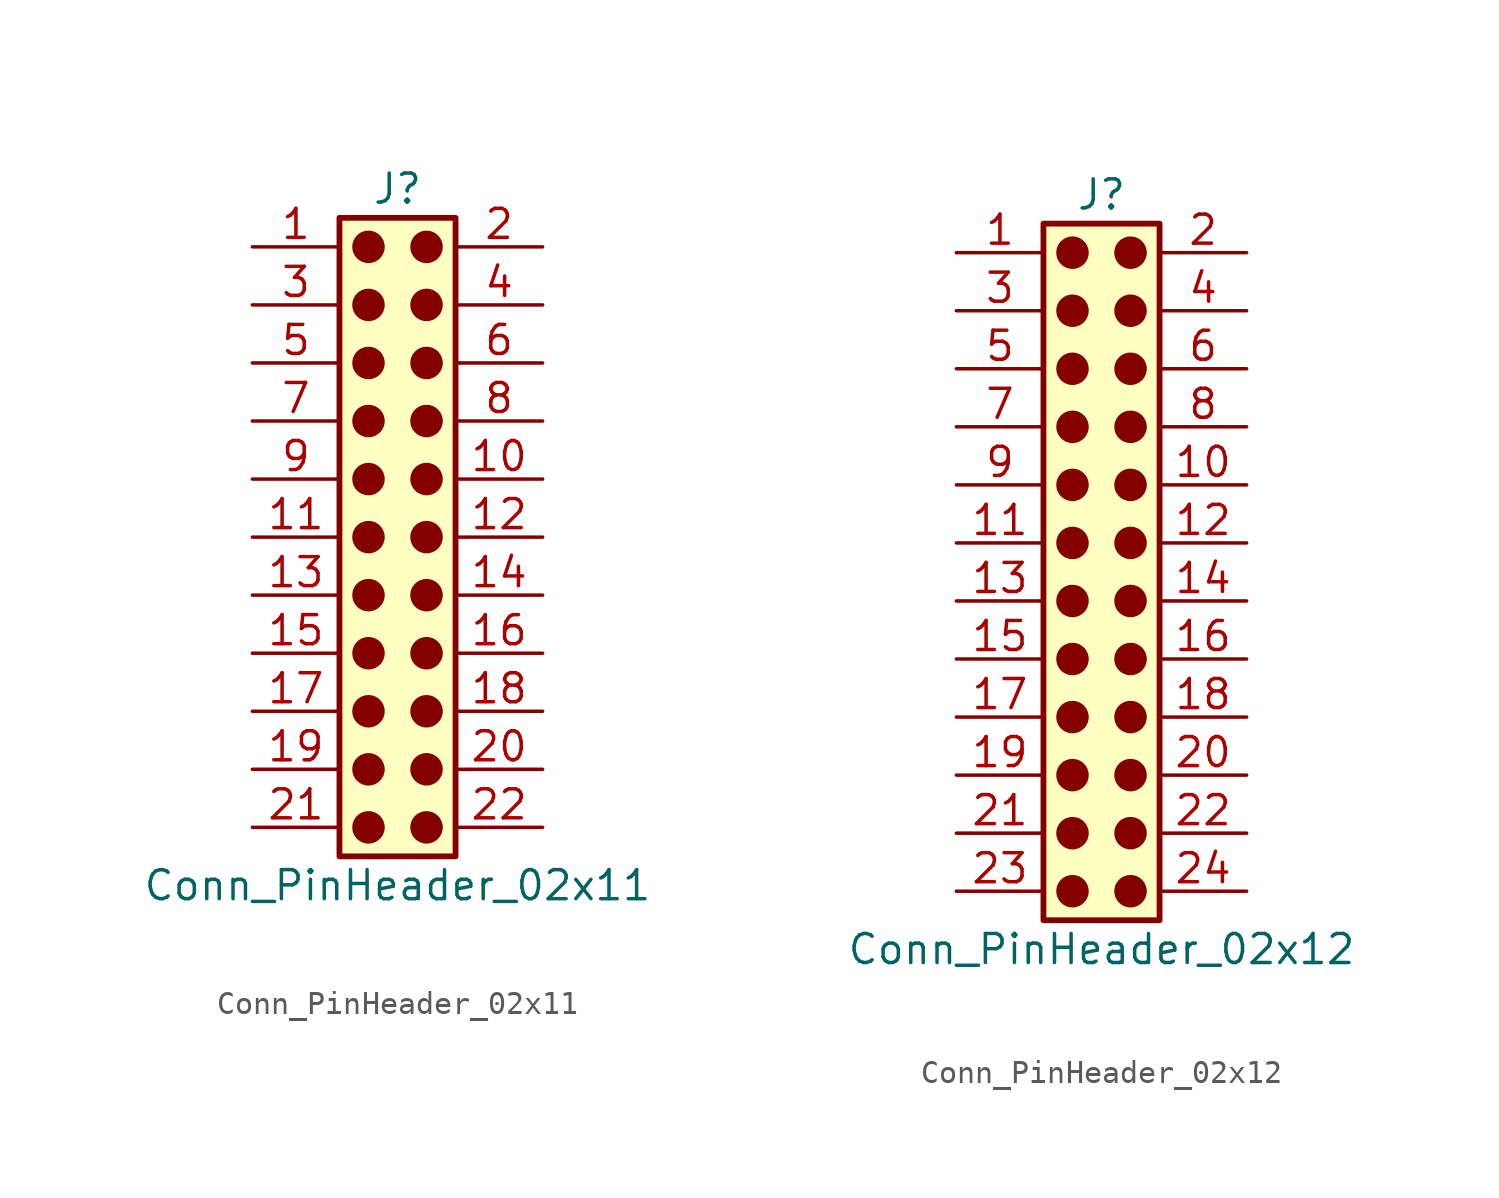
<source format=kicad_sym>
(kicad_symbol_lib
  (version 20241209)
  (generator "kicad_symbol_editor")
  (generator_version "9.0")
  (symbol "Conn_PinHeader_02x11"
    (pin_names
      (offset 1.016)
      (hide yes))
    (property "Reference" "J"
      (at 1.27 15.24 0)
      (effects (font (size 1.27 1.27))))
    (property "Value" "Conn_PinHeader_02x11"
      (at 1.27 -15.24 0)
      (effects (font (size 1.27 1.27))))
    (symbol "Conn_PinHeader_02x11_1_1"
      (rectangle (start -1.27 13.97) (end 3.81 -13.97) (stroke (width 0.254) (type default)) (fill (type background)))
      (circle (center 0 12.7) (radius 0.635) (stroke (width 0) (type solid) (color 132 0 0 1)) (fill (type outline)))
      (circle (center 0 10.16) (radius 0.635) (stroke (width 0) (type solid) (color 132 0 0 1)) (fill (type outline)))
      (circle (center 0 7.62) (radius 0.635) (stroke (width 0) (type solid) (color 132 0 0 1)) (fill (type outline)))
      (circle (center 0 5.08) (radius 0.635) (stroke (width 0) (type solid) (color 132 0 0 1)) (fill (type outline)))
      (circle (center 0 2.54) (radius 0.635) (stroke (width 0) (type solid) (color 132 0 0 1)) (fill (type outline)))
      (circle (center 0 0) (radius 0.635) (stroke (width 0) (type solid) (color 132 0 0 1)) (fill (type outline)))
      (circle (center 0 -2.54) (radius 0.635) (stroke (width 0) (type solid) (color 132 0 0 1)) (fill (type outline)))
      (circle (center 0 -5.08) (radius 0.635) (stroke (width 0) (type solid) (color 132 0 0 1)) (fill (type outline)))
      (circle (center 0 -7.62) (radius 0.635) (stroke (width 0) (type solid) (color 132 0 0 1)) (fill (type outline)))
      (circle (center 0 -10.16) (radius 0.635) (stroke (width 0) (type solid) (color 132 0 0 1)) (fill (type outline)))
      (circle (center 0 -12.7) (radius 0.635) (stroke (width 0) (type solid) (color 132 0 0 1)) (fill (type outline)))
      (circle (center 2.54 12.7) (radius 0.635) (stroke (width 0) (type solid) (color 132 0 0 1)) (fill (type outline)))
      (circle (center 2.54 10.16) (radius 0.635) (stroke (width 0) (type solid) (color 132 0 0 1)) (fill (type outline)))
      (circle (center 2.54 7.62) (radius 0.635) (stroke (width 0) (type solid) (color 132 0 0 1)) (fill (type outline)))
      (circle (center 2.54 5.08) (radius 0.635) (stroke (width 0) (type solid) (color 132 0 0 1)) (fill (type outline)))
      (circle (center 2.54 2.54) (radius 0.635) (stroke (width 0) (type solid) (color 132 0 0 1)) (fill (type outline)))
      (circle (center 2.54 0) (radius 0.635) (stroke (width 0) (type solid) (color 132 0 0 1)) (fill (type outline)))
      (circle (center 2.54 -2.54) (radius 0.635) (stroke (width 0) (type solid) (color 132 0 0 1)) (fill (type outline)))
      (circle (center 2.54 -5.08) (radius 0.635) (stroke (width 0) (type solid) (color 132 0 0 1)) (fill (type outline)))
      (circle (center 2.54 -7.62) (radius 0.635) (stroke (width 0) (type solid) (color 132 0 0 1)) (fill (type outline)))
      (circle (center 2.54 -10.16) (radius 0.635) (stroke (width 0) (type solid) (color 132 0 0 1)) (fill (type outline)))
      (circle (center 2.54 -12.7) (radius 0.635) (stroke (width 0) (type solid) (color 132 0 0 1)) (fill (type outline)))
      (pin passive line (at -5.08 12.7 0) (length 3.81) (name "Pin_1" (effects (font (size 1.27 1.27)))) (number "1" (effects (font (size 1.27 1.27)))))
      (pin passive line (at -5.08 10.16 0) (length 3.81) (name "Pin_3" (effects (font (size 1.27 1.27)))) (number "3" (effects (font (size 1.27 1.27)))))
      (pin passive line (at -5.08 7.62 0) (length 3.81) (name "Pin_5" (effects (font (size 1.27 1.27)))) (number "5" (effects (font (size 1.27 1.27)))))
      (pin passive line (at -5.08 5.08 0) (length 3.81) (name "Pin_7" (effects (font (size 1.27 1.27)))) (number "7" (effects (font (size 1.27 1.27)))))
      (pin passive line (at -5.08 2.54 0) (length 3.81) (name "Pin_9" (effects (font (size 1.27 1.27)))) (number "9" (effects (font (size 1.27 1.27)))))
      (pin passive line (at -5.08 0 0) (length 3.81) (name "Pin_11" (effects (font (size 1.27 1.27)))) (number "11" (effects (font (size 1.27 1.27)))))
      (pin passive line (at -5.08 -2.54 0) (length 3.81) (name "Pin_13" (effects (font (size 1.27 1.27)))) (number "13" (effects (font (size 1.27 1.27)))))
      (pin passive line (at -5.08 -5.08 0) (length 3.81) (name "Pin_15" (effects (font (size 1.27 1.27)))) (number "15" (effects (font (size 1.27 1.27)))))
      (pin passive line (at -5.08 -7.62 0) (length 3.81) (name "Pin_17" (effects (font (size 1.27 1.27)))) (number "17" (effects (font (size 1.27 1.27)))))
      (pin passive line (at -5.08 -10.16 0) (length 3.81) (name "Pin_19" (effects (font (size 1.27 1.27)))) (number "19" (effects (font (size 1.27 1.27)))))
      (pin passive line (at -5.08 -12.7 0) (length 3.81) (name "Pin_21" (effects (font (size 1.27 1.27)))) (number "21" (effects (font (size 1.27 1.27)))))
      (pin passive line (at 7.62 12.7 180) (length 3.81) (name "Pin_2" (effects (font (size 1.27 1.27)))) (number "2" (effects (font (size 1.27 1.27)))))
      (pin passive line (at 7.62 10.16 180) (length 3.81) (name "Pin_4" (effects (font (size 1.27 1.27)))) (number "4" (effects (font (size 1.27 1.27)))))
      (pin passive line (at 7.62 7.62 180) (length 3.81) (name "Pin_6" (effects (font (size 1.27 1.27)))) (number "6" (effects (font (size 1.27 1.27)))))
      (pin passive line (at 7.62 5.08 180) (length 3.81) (name "Pin_8" (effects (font (size 1.27 1.27)))) (number "8" (effects (font (size 1.27 1.27)))))
      (pin passive line (at 7.62 2.54 180) (length 3.81) (name "Pin_10" (effects (font (size 1.27 1.27)))) (number "10" (effects (font (size 1.27 1.27)))))
      (pin passive line (at 7.62 0 180) (length 3.81) (name "Pin_12" (effects (font (size 1.27 1.27)))) (number "12" (effects (font (size 1.27 1.27)))))
      (pin passive line (at 7.62 -2.54 180) (length 3.81) (name "Pin_14" (effects (font (size 1.27 1.27)))) (number "14" (effects (font (size 1.27 1.27)))))
      (pin passive line (at 7.62 -5.08 180) (length 3.81) (name "Pin_16" (effects (font (size 1.27 1.27)))) (number "16" (effects (font (size 1.27 1.27)))))
      (pin passive line (at 7.62 -7.62 180) (length 3.81) (name "Pin_18" (effects (font (size 1.27 1.27)))) (number "18" (effects (font (size 1.27 1.27)))))
      (pin passive line (at 7.62 -10.16 180) (length 3.81) (name "Pin_20" (effects (font (size 1.27 1.27)))) (number "20" (effects (font (size 1.27 1.27)))))
      (pin passive line (at 7.62 -12.7 180) (length 3.81) (name "Pin_22" (effects (font (size 1.27 1.27)))) (number "22" (effects (font (size 1.27 1.27)))))))
  (symbol "Conn_PinHeader_02x12"
    (pin_names
      (offset 1.016)
      (hide yes))
    (property "Reference" "J"
      (at 1.27 15.24 0)
      (effects (font (size 1.27 1.27))))
    (property "Value" "Conn_PinHeader_02x12"
      (at 1.27 -17.78 0)
      (effects (font (size 1.27 1.27))))
    (symbol "Conn_PinHeader_02x12_1_1"
      (rectangle (start -1.27 13.97) (end 3.81 -16.51) (stroke (width 0.254) (type default)) (fill (type background)))
      (circle (center 0 12.7) (radius 0.635) (stroke (width 0) (type solid) (color 132 0 0 1)) (fill (type outline)))
      (circle (center 0 10.16) (radius 0.635) (stroke (width 0) (type solid) (color 132 0 0 1)) (fill (type outline)))
      (circle (center 0 7.62) (radius 0.635) (stroke (width 0) (type solid) (color 132 0 0 1)) (fill (type outline)))
      (circle (center 0 5.08) (radius 0.635) (stroke (width 0) (type solid) (color 132 0 0 1)) (fill (type outline)))
      (circle (center 0 2.54) (radius 0.635) (stroke (width 0) (type solid) (color 132 0 0 1)) (fill (type outline)))
      (circle (center 0 0) (radius 0.635) (stroke (width 0) (type solid) (color 132 0 0 1)) (fill (type outline)))
      (circle (center 0 -2.54) (radius 0.635) (stroke (width 0) (type solid) (color 132 0 0 1)) (fill (type outline)))
      (circle (center 0 -5.08) (radius 0.635) (stroke (width 0) (type solid) (color 132 0 0 1)) (fill (type outline)))
      (circle (center 0 -7.62) (radius 0.635) (stroke (width 0) (type solid) (color 132 0 0 1)) (fill (type outline)))
      (circle (center 0 -10.16) (radius 0.635) (stroke (width 0) (type solid) (color 132 0 0 1)) (fill (type outline)))
      (circle (center 0 -12.7) (radius 0.635) (stroke (width 0) (type solid) (color 132 0 0 1)) (fill (type outline)))
      (circle (center 0 -15.24) (radius 0.635) (stroke (width 0) (type solid) (color 132 0 0 1)) (fill (type outline)))
      (circle (center 2.54 12.7) (radius 0.635) (stroke (width 0) (type solid) (color 132 0 0 1)) (fill (type outline)))
      (circle (center 2.54 10.16) (radius 0.635) (stroke (width 0) (type solid) (color 132 0 0 1)) (fill (type outline)))
      (circle (center 2.54 7.62) (radius 0.635) (stroke (width 0) (type solid) (color 132 0 0 1)) (fill (type outline)))
      (circle (center 2.54 5.08) (radius 0.635) (stroke (width 0) (type solid) (color 132 0 0 1)) (fill (type outline)))
      (circle (center 2.54 2.54) (radius 0.635) (stroke (width 0) (type solid) (color 132 0 0 1)) (fill (type outline)))
      (circle (center 2.54 0) (radius 0.635) (stroke (width 0) (type solid) (color 132 0 0 1)) (fill (type outline)))
      (circle (center 2.54 -2.54) (radius 0.635) (stroke (width 0) (type solid) (color 132 0 0 1)) (fill (type outline)))
      (circle (center 2.54 -5.08) (radius 0.635) (stroke (width 0) (type solid) (color 132 0 0 1)) (fill (type outline)))
      (circle (center 2.54 -7.62) (radius 0.635) (stroke (width 0) (type solid) (color 132 0 0 1)) (fill (type outline)))
      (circle (center 2.54 -10.16) (radius 0.635) (stroke (width 0) (type solid) (color 132 0 0 1)) (fill (type outline)))
      (circle (center 2.54 -12.7) (radius 0.635) (stroke (width 0) (type solid) (color 132 0 0 1)) (fill (type outline)))
      (circle (center 2.54 -15.24) (radius 0.635) (stroke (width 0) (type solid) (color 132 0 0 1)) (fill (type outline)))
      (pin passive line (at -5.08 12.7 0) (length 3.81) (name "Pin_1" (effects (font (size 1.27 1.27)))) (number "1" (effects (font (size 1.27 1.27)))))
      (pin passive line (at -5.08 10.16 0) (length 3.81) (name "Pin_3" (effects (font (size 1.27 1.27)))) (number "3" (effects (font (size 1.27 1.27)))))
      (pin passive line (at -5.08 7.62 0) (length 3.81) (name "Pin_5" (effects (font (size 1.27 1.27)))) (number "5" (effects (font (size 1.27 1.27)))))
      (pin passive line (at -5.08 5.08 0) (length 3.81) (name "Pin_7" (effects (font (size 1.27 1.27)))) (number "7" (effects (font (size 1.27 1.27)))))
      (pin passive line (at -5.08 2.54 0) (length 3.81) (name "Pin_9" (effects (font (size 1.27 1.27)))) (number "9" (effects (font (size 1.27 1.27)))))
      (pin passive line (at -5.08 0 0) (length 3.81) (name "Pin_11" (effects (font (size 1.27 1.27)))) (number "11" (effects (font (size 1.27 1.27)))))
      (pin passive line (at -5.08 -2.54 0) (length 3.81) (name "Pin_13" (effects (font (size 1.27 1.27)))) (number "13" (effects (font (size 1.27 1.27)))))
      (pin passive line (at -5.08 -5.08 0) (length 3.81) (name "Pin_15" (effects (font (size 1.27 1.27)))) (number "15" (effects (font (size 1.27 1.27)))))
      (pin passive line (at -5.08 -7.62 0) (length 3.81) (name "Pin_17" (effects (font (size 1.27 1.27)))) (number "17" (effects (font (size 1.27 1.27)))))
      (pin passive line (at -5.08 -10.16 0) (length 3.81) (name "Pin_19" (effects (font (size 1.27 1.27)))) (number "19" (effects (font (size 1.27 1.27)))))
      (pin passive line (at -5.08 -12.7 0) (length 3.81) (name "Pin_21" (effects (font (size 1.27 1.27)))) (number "21" (effects (font (size 1.27 1.27)))))
      (pin passive line (at -5.08 -15.24 0) (length 3.81) (name "Pin_23" (effects (font (size 1.27 1.27)))) (number "23" (effects (font (size 1.27 1.27)))))
      (pin passive line (at 7.62 12.7 180) (length 3.81) (name "Pin_2" (effects (font (size 1.27 1.27)))) (number "2" (effects (font (size 1.27 1.27)))))
      (pin passive line (at 7.62 10.16 180) (length 3.81) (name "Pin_4" (effects (font (size 1.27 1.27)))) (number "4" (effects (font (size 1.27 1.27)))))
      (pin passive line (at 7.62 7.62 180) (length 3.81) (name "Pin_6" (effects (font (size 1.27 1.27)))) (number "6" (effects (font (size 1.27 1.27)))))
      (pin passive line (at 7.62 5.08 180) (length 3.81) (name "Pin_8" (effects (font (size 1.27 1.27)))) (number "8" (effects (font (size 1.27 1.27)))))
      (pin passive line (at 7.62 2.54 180) (length 3.81) (name "Pin_10" (effects (font (size 1.27 1.27)))) (number "10" (effects (font (size 1.27 1.27)))))
      (pin passive line (at 7.62 0 180) (length 3.81) (name "Pin_12" (effects (font (size 1.27 1.27)))) (number "12" (effects (font (size 1.27 1.27)))))
      (pin passive line (at 7.62 -2.54 180) (length 3.81) (name "Pin_14" (effects (font (size 1.27 1.27)))) (number "14" (effects (font (size 1.27 1.27)))))
      (pin passive line (at 7.62 -5.08 180) (length 3.81) (name "Pin_16" (effects (font (size 1.27 1.27)))) (number "16" (effects (font (size 1.27 1.27)))))
      (pin passive line (at 7.62 -7.62 180) (length 3.81) (name "Pin_18" (effects (font (size 1.27 1.27)))) (number "18" (effects (font (size 1.27 1.27)))))
      (pin passive line (at 7.62 -10.16 180) (length 3.81) (name "Pin_20" (effects (font (size 1.27 1.27)))) (number "20" (effects (font (size 1.27 1.27)))))
      (pin passive line (at 7.62 -12.7 180) (length 3.81) (name "Pin_22" (effects (font (size 1.27 1.27)))) (number "22" (effects (font (size 1.27 1.27)))))
      (pin passive line (at 7.62 -15.24 180) (length 3.81) (name "Pin_24" (effects (font (size 1.27 1.27)))) (number "24" (effects (font (size 1.27 1.27))))))))
</source>
